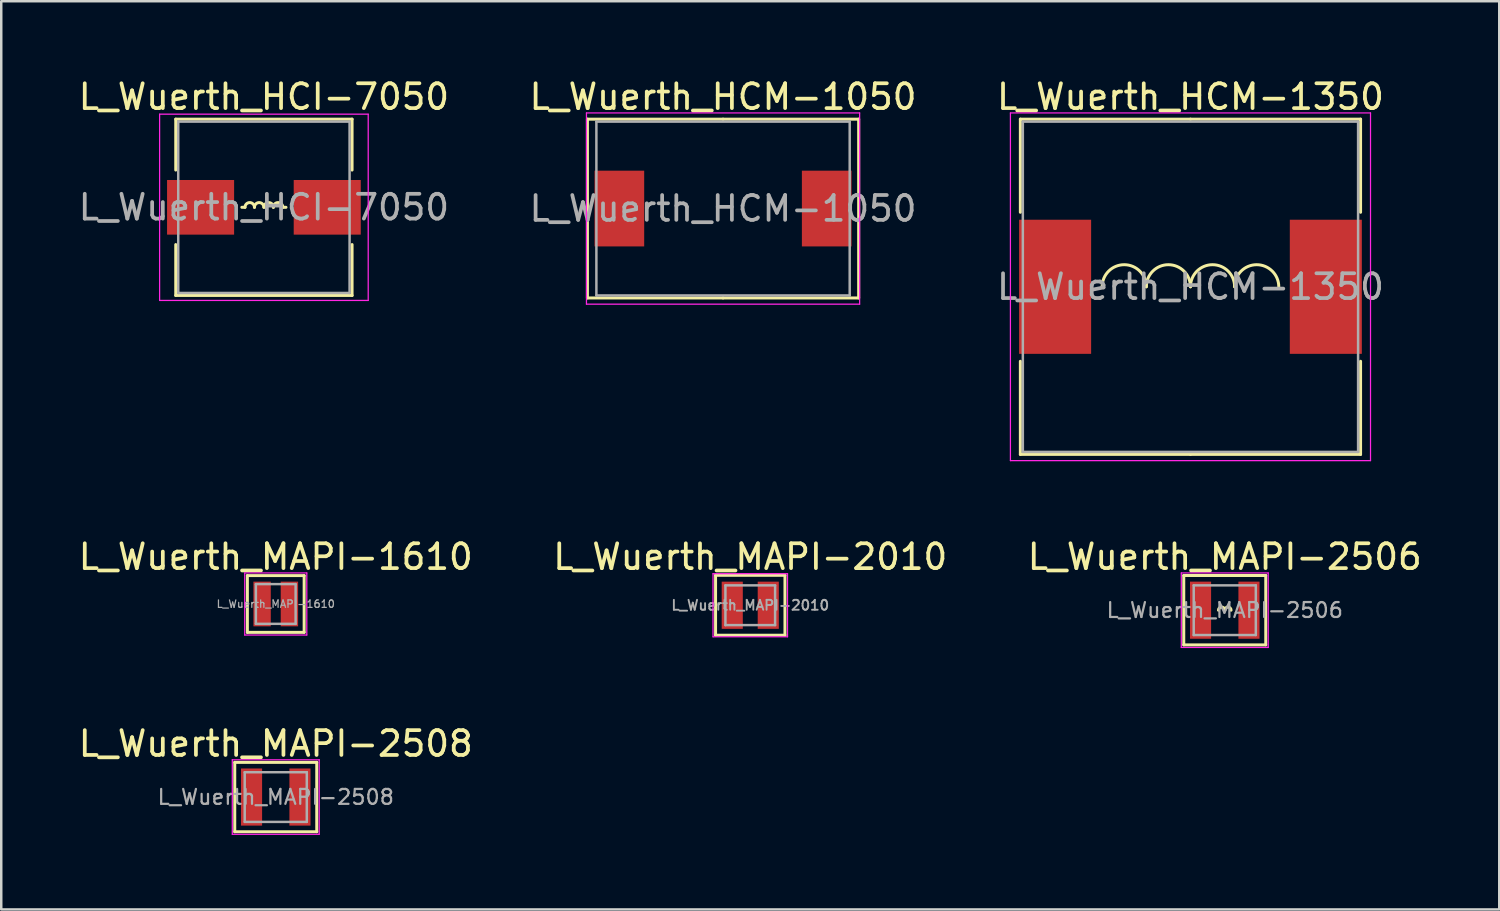
<source format=kicad_pcb>
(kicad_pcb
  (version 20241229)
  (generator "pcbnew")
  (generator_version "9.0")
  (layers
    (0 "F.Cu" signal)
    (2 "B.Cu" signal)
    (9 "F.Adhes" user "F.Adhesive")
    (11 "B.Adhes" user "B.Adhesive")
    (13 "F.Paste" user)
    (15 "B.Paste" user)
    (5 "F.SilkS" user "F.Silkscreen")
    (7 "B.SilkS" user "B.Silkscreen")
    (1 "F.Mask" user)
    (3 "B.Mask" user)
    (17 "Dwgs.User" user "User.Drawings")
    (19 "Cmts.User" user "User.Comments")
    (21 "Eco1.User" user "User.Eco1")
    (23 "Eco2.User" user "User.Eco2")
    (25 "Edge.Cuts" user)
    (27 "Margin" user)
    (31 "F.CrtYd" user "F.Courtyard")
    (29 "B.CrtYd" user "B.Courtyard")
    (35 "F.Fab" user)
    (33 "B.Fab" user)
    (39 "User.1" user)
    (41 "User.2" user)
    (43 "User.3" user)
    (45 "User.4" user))
  (footprint "L_Wuerth_HCI-7050"
    (layer "F.Cu")
    (at 7.577 5.298)
    (property "Reference" "L_Wuerth_HCI-7050" (at 0 -4.45 0) (layer "F.SilkS") (effects (font (size 1 1) (thickness 0.15))))
    (attr smd)
    (fp_line (start -3.55 -3.55) (end 3.55 -3.55) (stroke (width 0.12) (type solid)) (layer "F.SilkS"))
    (fp_line (start -3.55 -1.5) (end -3.55 -3.55) (stroke (width 0.12) (type solid)) (layer "F.SilkS"))
    (fp_line (start -3.55 1.5) (end -3.55 3.55) (stroke (width 0.12) (type solid)) (layer "F.SilkS"))
    (fp_line (start -3.55 3.55) (end 3.55 3.55) (stroke (width 0.12) (type solid)) (layer "F.SilkS"))
    (fp_line (start -0.762 0) (end -0.889 0) (stroke (width 0.12) (type solid)) (layer "F.SilkS"))
    (fp_line (start 0.762 0) (end 0.889 0) (stroke (width 0.12) (type solid)) (layer "F.SilkS"))
    (fp_line (start 3.55 -3.55) (end 3.55 -1.5) (stroke (width 0.12) (type solid)) (layer "F.SilkS"))
    (fp_line (start 3.55 3.55) (end 3.55 1.5) (stroke (width 0.12) (type solid)) (layer "F.SilkS"))
    (fp_arc (start -0.762 0) (mid -0.5715 -0.1905) (end -0.381 0) (stroke (width 0.12) (type solid)) (layer "F.SilkS"))
    (fp_arc (start -0.381 0) (mid -0.1905 -0.1905) (end 0 0) (stroke (width 0.12) (type solid)) (layer "F.SilkS"))
    (fp_arc (start 0 0) (mid 0.1905 -0.1905) (end 0.381 0) (stroke (width 0.12) (type solid)) (layer "F.SilkS"))
    (fp_arc (start 0.381 0) (mid 0.5715 -0.1905) (end 0.762 0) (stroke (width 0.12) (type solid)) (layer "F.SilkS"))
    (fp_line (start -4.2 -3.75) (end -4.2 3.75) (stroke (width 0.05) (type solid)) (layer "F.CrtYd"))
    (fp_line (start -4.2 3.75) (end 4.2 3.75) (stroke (width 0.05) (type solid)) (layer "F.CrtYd"))
    (fp_line (start 4.2 -3.75) (end -4.2 -3.75) (stroke (width 0.05) (type solid)) (layer "F.CrtYd"))
    (fp_line (start 4.2 3.75) (end 4.2 -3.75) (stroke (width 0.05) (type solid)) (layer "F.CrtYd"))
    (fp_line (start -3.45 -3.45) (end -3.45 3.45) (stroke (width 0.1) (type solid)) (layer "F.Fab"))
    (fp_line (start -3.45 3.45) (end 3.45 3.45) (stroke (width 0.1) (type solid)) (layer "F.Fab"))
    (fp_line (start 3.45 -3.45) (end -3.45 -3.45) (stroke (width 0.1) (type solid)) (layer "F.Fab"))
    (fp_line (start 3.45 3.45) (end 3.45 -3.45) (stroke (width 0.1) (type solid)) (layer "F.Fab"))
    (fp_text user "${REFERENCE}" (at 0 0 0) (layer "F.Fab") (effects (font (size 1 1) (thickness 0.15))))
    (pad "1" smd rect (at -2.55 0) (size 2.7 2.2) (layers "F.Cu" "F.Mask" "F.Paste"))
    (pad "2" smd rect (at 2.55 0) (size 2.7 2.2) (layers "F.Cu" "F.Mask" "F.Paste")))
  (footprint "L_Wuerth_MAPI-2010"
    (layer "F.Cu")
    (at 27.161 21.322)
    (property "Reference" "L_Wuerth_MAPI-2010" (at 0 -1.95 0) (layer "F.SilkS") (effects (font (size 1 1) (thickness 0.15))))
    (attr smd)
    (fp_line (start -1.397 -1.206) (end -1.397 1.206) (stroke (width 0.12) (type solid)) (layer "F.SilkS"))
    (fp_line (start -1.397 1.206) (end 1.397 1.206) (stroke (width 0.12) (type solid)) (layer "F.SilkS"))
    (fp_line (start 1.397 -1.206) (end -1.397 -1.206) (stroke (width 0.12) (type solid)) (layer "F.SilkS"))
    (fp_line (start 1.397 1.206) (end 1.397 -1.206) (stroke (width 0.12) (type solid)) (layer "F.SilkS"))
    (fp_line (start -1.5 -1.27) (end -1.5 1.27) (stroke (width 0.05) (type solid)) (layer "F.CrtYd"))
    (fp_line (start -1.5 1.27) (end 1.5 1.27) (stroke (width 0.05) (type solid)) (layer "F.CrtYd"))
    (fp_line (start 1.5 -1.27) (end -1.5 -1.27) (stroke (width 0.05) (type solid)) (layer "F.CrtYd"))
    (fp_line (start 1.5 1.27) (end 1.5 -1.27) (stroke (width 0.05) (type solid)) (layer "F.CrtYd"))
    (fp_line (start -1 -0.8) (end -1 0.8) (stroke (width 0.1) (type solid)) (layer "F.Fab"))
    (fp_line (start -1 0.8) (end 1 0.8) (stroke (width 0.1) (type solid)) (layer "F.Fab"))
    (fp_line (start 1 -0.8) (end -1 -0.8) (stroke (width 0.1) (type solid)) (layer "F.Fab"))
    (fp_line (start 1 0.8) (end 1 -0.8) (stroke (width 0.1) (type solid)) (layer "F.Fab"))
    (fp_text user "${REFERENCE}" (at 0 0 0) (layer "F.Fab") (effects (font (size 0.4 0.4) (thickness 0.075))))
    (pad "1" smd rect (at -0.725 0) (size 0.85 1.9) (layers "F.Cu" "F.Mask" "F.Paste"))
    (pad "2" smd rect (at 0.725 0) (size 0.85 1.9) (layers "F.Cu" "F.Mask" "F.Paste")))
  (footprint "L_Wuerth_HCM-1050"
    (layer "F.Cu")
    (at 26.065 5.348)
    (property "Reference" "L_Wuerth_HCM-1050" (at 0 -4.5 0) (layer "F.SilkS") (effects (font (size 1 1) (thickness 0.15))))
    (attr smd)
    (fp_line (start -5.461 -3.6) (end -5.461 3.6) (stroke (width 0.12) (type solid)) (layer "F.SilkS"))
    (fp_line (start -5.461 -3.6) (end 0 -3.6) (stroke (width 0.12) (type solid)) (layer "F.SilkS"))
    (fp_line (start -5.461 3.6) (end 0 3.6) (stroke (width 0.12) (type solid)) (layer "F.SilkS"))
    (fp_line (start 5.461 -3.6) (end 0 -3.6) (stroke (width 0.12) (type solid)) (layer "F.SilkS"))
    (fp_line (start 5.461 3.6) (end 0 3.6) (stroke (width 0.12) (type solid)) (layer "F.SilkS"))
    (fp_line (start 5.461 3.6) (end 5.461 -3.6) (stroke (width 0.12) (type solid)) (layer "F.SilkS"))
    (fp_line (start -5.5 -3.85) (end -5.5 3.85) (stroke (width 0.05) (type solid)) (layer "F.CrtYd"))
    (fp_line (start -5.5 3.85) (end 5.5 3.85) (stroke (width 0.05) (type solid)) (layer "F.CrtYd"))
    (fp_line (start 5.5 -3.85) (end -5.5 -3.85) (stroke (width 0.05) (type solid)) (layer "F.CrtYd"))
    (fp_line (start 5.5 3.85) (end 5.5 -3.85) (stroke (width 0.05) (type solid)) (layer "F.CrtYd"))
    (fp_line (start -5.1 -3.5) (end -5.1 3.5) (stroke (width 0.1) (type solid)) (layer "F.Fab"))
    (fp_line (start -5.1 3.5) (end 5.1 3.5) (stroke (width 0.1) (type solid)) (layer "F.Fab"))
    (fp_line (start 5.1 -3.5) (end -5.1 -3.5) (stroke (width 0.1) (type solid)) (layer "F.Fab"))
    (fp_line (start 5.1 3.5) (end 5.1 -3.5) (stroke (width 0.1) (type solid)) (layer "F.Fab"))
    (fp_text user "${REFERENCE}" (at 0 0 0) (layer "F.Fab") (effects (font (size 1 1) (thickness 0.15))))
    (pad "1" smd rect (at -4.175 0) (size 2 3.05) (layers "F.Cu" "F.Mask" "F.Paste"))
    (pad "2" smd rect (at 4.175 0) (size 2 3.05) (layers "F.Cu" "F.Mask" "F.Paste")))
  (footprint "L_Wuerth_HCM-1350"
    (layer "F.Cu")
    (at 44.887 8.498)
    (property "Reference" "L_Wuerth_HCM-1350" (at 0 -7.65 0) (layer "F.SilkS") (effects (font (size 1 1) (thickness 0.15))))
    (attr smd)
    (fp_line (start -6.85 -6.75) (end 0 -6.75) (stroke (width 0.12) (type solid)) (layer "F.SilkS"))
    (fp_line (start -6.85 -3) (end -6.85 -6.75) (stroke (width 0.12) (type solid)) (layer "F.SilkS"))
    (fp_line (start -6.85 3) (end -6.85 6.75) (stroke (width 0.12) (type solid)) (layer "F.SilkS"))
    (fp_line (start -6.85 6.75) (end 0 6.75) (stroke (width 0.12) (type solid)) (layer "F.SilkS"))
    (fp_line (start 6.85 -6.75) (end 0 -6.75) (stroke (width 0.12) (type solid)) (layer "F.SilkS"))
    (fp_line (start 6.85 -3) (end 6.85 -6.75) (stroke (width 0.12) (type solid)) (layer "F.SilkS"))
    (fp_line (start 6.85 3) (end 6.85 6.75) (stroke (width 0.12) (type solid)) (layer "F.SilkS"))
    (fp_line (start 6.85 6.75) (end 0 6.75) (stroke (width 0.12) (type solid)) (layer "F.SilkS"))
    (fp_arc (start -3.556 0) (mid -2.667 -0.889) (end -1.778 0) (stroke (width 0.12) (type solid)) (layer "F.SilkS"))
    (fp_arc (start -1.778 0) (mid -0.889 -0.889) (end 0 0) (stroke (width 0.12) (type solid)) (layer "F.SilkS"))
    (fp_arc (start 0 0) (mid 0.889 -0.889) (end 1.778 0) (stroke (width 0.12) (type solid)) (layer "F.SilkS"))
    (fp_arc (start 1.778 0) (mid 2.667 -0.889) (end 3.556 0) (stroke (width 0.12) (type solid)) (layer "F.SilkS"))
    (fp_line (start -7.25 -7) (end -7.25 7) (stroke (width 0.05) (type solid)) (layer "F.CrtYd"))
    (fp_line (start -7.25 7) (end 7.25 7) (stroke (width 0.05) (type solid)) (layer "F.CrtYd"))
    (fp_line (start 7.25 -7) (end -7.25 -7) (stroke (width 0.05) (type solid)) (layer "F.CrtYd"))
    (fp_line (start 7.25 7) (end 7.25 -7) (stroke (width 0.05) (type solid)) (layer "F.CrtYd"))
    (fp_line (start -6.75 -6.65) (end -6.75 6.65) (stroke (width 0.1) (type solid)) (layer "F.Fab"))
    (fp_line (start -6.75 6.65) (end 6.75 6.65) (stroke (width 0.1) (type solid)) (layer "F.Fab"))
    (fp_line (start 6.75 -6.65) (end -6.75 -6.65) (stroke (width 0.1) (type solid)) (layer "F.Fab"))
    (fp_line (start 6.75 6.65) (end 6.75 -6.65) (stroke (width 0.1) (type solid)) (layer "F.Fab"))
    (fp_text user "${REFERENCE}" (at 0 0 0) (layer "F.Fab") (effects (font (size 1 1) (thickness 0.15))))
    (pad "1" smd rect (at -5.45 0) (size 2.9 5.4) (layers "F.Cu" "F.Mask" "F.Paste"))
    (pad "2" smd rect (at 5.45 0) (size 2.9 5.4) (layers "F.Cu" "F.Mask" "F.Paste")))
  (footprint "L_Wuerth_MAPI-1610"
    (layer "F.Cu")
    (at 8.054 21.271)
    (property "Reference" "L_Wuerth_MAPI-1610" (at 0 -1.9 0) (layer "F.SilkS") (effects (font (size 1 1) (thickness 0.15))))
    (attr smd)
    (fp_line (start -1.143 -1.143) (end -1.143 1.143) (stroke (width 0.12) (type solid)) (layer "F.SilkS"))
    (fp_line (start -1.143 1.143) (end 1.143 1.143) (stroke (width 0.12) (type solid)) (layer "F.SilkS"))
    (fp_line (start 1.143 -1.143) (end -1.143 -1.143) (stroke (width 0.12) (type solid)) (layer "F.SilkS"))
    (fp_line (start 1.143 1.143) (end 1.143 -1.143) (stroke (width 0.12) (type solid)) (layer "F.SilkS"))
    (fp_line (start -1.25 -1.25) (end -1.25 1.25) (stroke (width 0.05) (type solid)) (layer "F.CrtYd"))
    (fp_line (start -1.25 1.25) (end 1.25 1.25) (stroke (width 0.05) (type solid)) (layer "F.CrtYd"))
    (fp_line (start 1.25 -1.25) (end -1.25 -1.25) (stroke (width 0.05) (type solid)) (layer "F.CrtYd"))
    (fp_line (start 1.25 1.25) (end 1.25 -1.25) (stroke (width 0.05) (type solid)) (layer "F.CrtYd"))
    (fp_line (start -0.8 -0.8) (end -0.8 0.8) (stroke (width 0.1) (type solid)) (layer "F.Fab"))
    (fp_line (start -0.8 0.8) (end 0.8 0.8) (stroke (width 0.1) (type solid)) (layer "F.Fab"))
    (fp_line (start 0.8 -0.8) (end -0.8 -0.8) (stroke (width 0.1) (type solid)) (layer "F.Fab"))
    (fp_line (start 0.8 0.8) (end 0.8 -0.8) (stroke (width 0.1) (type solid)) (layer "F.Fab"))
    (fp_text user "${REFERENCE}" (at 0 0 0) (layer "F.Fab") (effects (font (size 0.3 0.3) (thickness 0.05))))
    (pad "1" smd rect (at -0.55 0) (size 0.7 1.8) (layers "F.Cu" "F.Mask" "F.Paste"))
    (pad "2" smd rect (at 0.55 0) (size 0.7 1.8) (layers "F.Cu" "F.Mask" "F.Paste")))
  (footprint "L_Wuerth_MAPI-2506"
    (layer "F.Cu")
    (at 46.268 21.521)
    (property "Reference" "L_Wuerth_MAPI-2506" (at 0 -2.15 0) (layer "F.SilkS") (effects (font (size 1 1) (thickness 0.15))))
    (attr smd)
    (fp_line (start -1.651 -1.397) (end -1.651 1.397) (stroke (width 0.12) (type solid)) (layer "F.SilkS"))
    (fp_line (start -1.651 1.397) (end 1.651 1.397) (stroke (width 0.12) (type solid)) (layer "F.SilkS"))
    (fp_line (start 1.651 -1.397) (end -1.651 -1.397) (stroke (width 0.12) (type solid)) (layer "F.SilkS"))
    (fp_line (start 1.651 1.397) (end 1.651 -1.397) (stroke (width 0.12) (type solid)) (layer "F.SilkS"))
    (fp_arc (start -0.254 0) (mid -0.127 -0.127) (end 0 0) (stroke (width 0.12) (type solid)) (layer "F.SilkS"))
    (fp_arc (start 0 0) (mid 0.127 -0.127) (end 0.254 0) (stroke (width 0.12) (type solid)) (layer "F.SilkS"))
    (fp_line (start -1.75 -1.5) (end -1.75 1.5) (stroke (width 0.05) (type solid)) (layer "F.CrtYd"))
    (fp_line (start -1.75 1.5) (end 1.75 1.5) (stroke (width 0.05) (type solid)) (layer "F.CrtYd"))
    (fp_line (start 1.75 -1.5) (end -1.75 -1.5) (stroke (width 0.05) (type solid)) (layer "F.CrtYd"))
    (fp_line (start 1.75 1.5) (end 1.75 -1.5) (stroke (width 0.05) (type solid)) (layer "F.CrtYd"))
    (fp_line (start -1.25 -1) (end -1.25 1) (stroke (width 0.1) (type solid)) (layer "F.Fab"))
    (fp_line (start -1.25 1) (end 1.25 1) (stroke (width 0.1) (type solid)) (layer "F.Fab"))
    (fp_line (start 1.25 -1) (end -1.25 -1) (stroke (width 0.1) (type solid)) (layer "F.Fab"))
    (fp_line (start 1.25 1) (end 1.25 -1) (stroke (width 0.1) (type solid)) (layer "F.Fab"))
    (fp_text user "${REFERENCE}" (at 0 0 0) (layer "F.Fab") (effects (font (size 0.6 0.6) (thickness 0.09))))
    (pad "1" smd rect (at -0.975 0) (size 0.85 2.3) (layers "F.Cu" "F.Mask" "F.Paste"))
    (pad "2" smd rect (at 0.975 0) (size 0.85 2.3) (layers "F.Cu" "F.Mask" "F.Paste")))
  (footprint "L_Wuerth_MAPI-2508"
    (layer "F.Cu")
    (at 8.054 29.045)
    (property "Reference" "L_Wuerth_MAPI-2508" (at 0 -2.15 0) (layer "F.SilkS") (effects (font (size 1 1) (thickness 0.15))))
    (attr smd)
    (fp_line (start -1.651 -1.397) (end -1.651 1.397) (stroke (width 0.12) (type solid)) (layer "F.SilkS"))
    (fp_line (start -1.651 1.397) (end 1.651 1.397) (stroke (width 0.12) (type solid)) (layer "F.SilkS"))
    (fp_line (start 1.651 -1.397) (end -1.651 -1.397) (stroke (width 0.12) (type solid)) (layer "F.SilkS"))
    (fp_line (start 1.651 1.397) (end 1.651 -1.397) (stroke (width 0.12) (type solid)) (layer "F.SilkS"))
    (fp_line (start -1.75 -1.5) (end -1.75 1.5) (stroke (width 0.05) (type solid)) (layer "F.CrtYd"))
    (fp_line (start -1.75 1.5) (end 1.75 1.5) (stroke (width 0.05) (type solid)) (layer "F.CrtYd"))
    (fp_line (start 1.75 -1.5) (end -1.75 -1.5) (stroke (width 0.05) (type solid)) (layer "F.CrtYd"))
    (fp_line (start 1.75 1.5) (end 1.75 -1.5) (stroke (width 0.05) (type solid)) (layer "F.CrtYd"))
    (fp_line (start -1.25 -1) (end -1.25 1) (stroke (width 0.1) (type solid)) (layer "F.Fab"))
    (fp_line (start -1.25 1) (end 1.25 1) (stroke (width 0.1) (type solid)) (layer "F.Fab"))
    (fp_line (start 1.25 -1) (end -1.25 -1) (stroke (width 0.1) (type solid)) (layer "F.Fab"))
    (fp_line (start 1.25 1) (end 1.25 -1) (stroke (width 0.1) (type solid)) (layer "F.Fab"))
    (fp_text user "${REFERENCE}" (at 0 0 0) (layer "F.Fab") (effects (font (size 0.6 0.6) (thickness 0.09))))
    (pad "1" smd rect (at -0.975 0) (size 0.85 2.3) (layers "F.Cu" "F.Mask" "F.Paste"))
    (pad "2" smd rect (at 0.975 0) (size 0.85 2.3) (layers "F.Cu" "F.Mask" "F.Paste")))
  (gr_rect
    (start -3 -3)
    (end 57.321 33.57)
    (stroke (width 0.1) (type default))
    (fill no)
    (layer "Edge.Cuts")))
</source>
